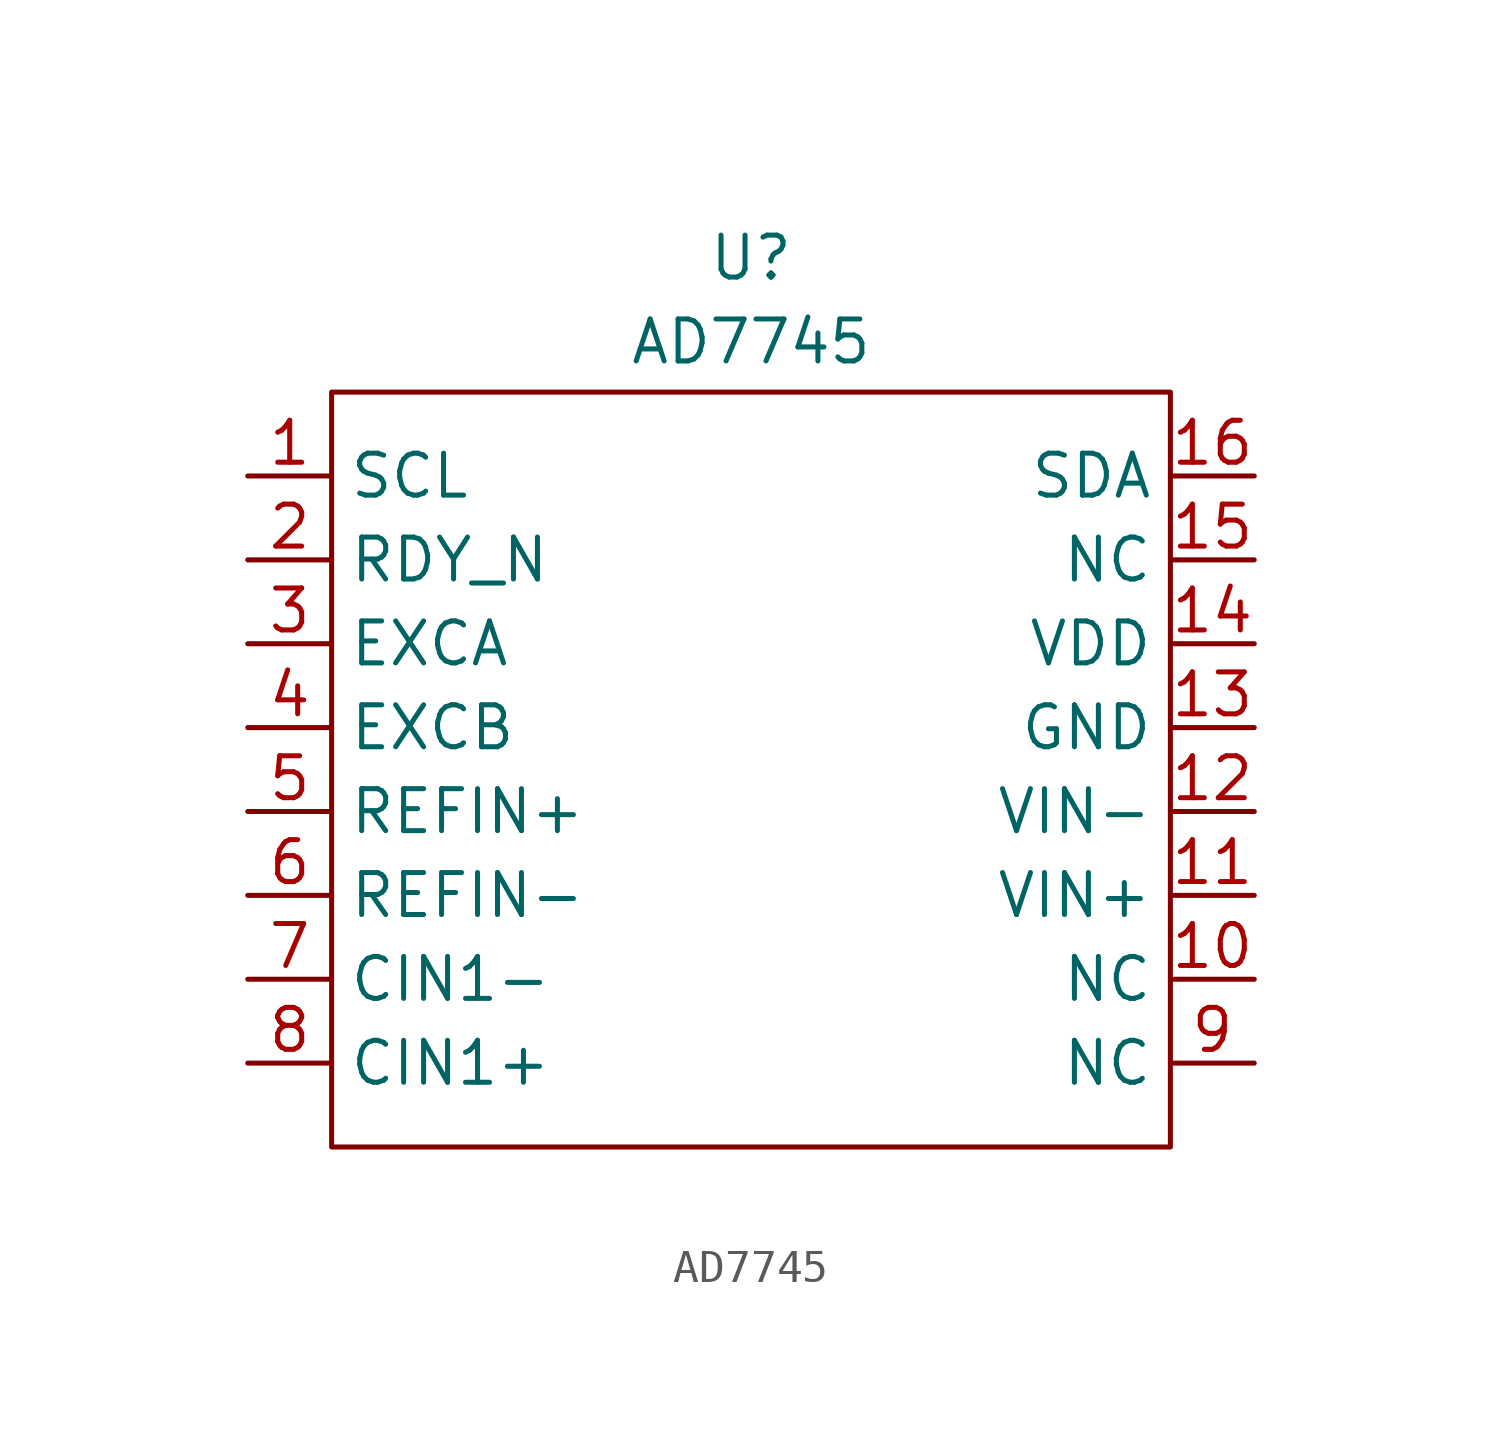
<source format=kicad_sym>
(kicad_symbol_lib
  (version 20241209)
  (generator "kicad_symbol_editor")
  (generator_version "9.0")
  (symbol "AD7745"
    (property "Reference" "U"
      (at 0 15.494 0)
      (effects (font (size 1.27 1.27))))
    (property "Value" "AD7745"
      (at 0 12.954 0)
      (effects (font (size 1.27 1.27))))
    (symbol "AD7745_0_1"
      (rectangle (start -12.7 11.43) (end 12.7 -11.43) (stroke (width 0) (type default)) (fill (type none))))
    (symbol "AD7745_1_1"
      (pin passive line (at -15.24 8.89 0) (length 2.54) (name "SCL" (effects (font (size 1.27 1.27)))) (number "1" (effects (font (size 1.27 1.27)))))
      (pin passive line (at -15.24 6.35 0) (length 2.54) (name "RDY_N" (effects (font (size 1.27 1.27)))) (number "2" (effects (font (size 1.27 1.27)))))
      (pin passive line (at -15.24 3.81 0) (length 2.54) (name "EXCA" (effects (font (size 1.27 1.27)))) (number "3" (effects (font (size 1.27 1.27)))))
      (pin passive line (at -15.24 1.27 0) (length 2.54) (name "EXCB" (effects (font (size 1.27 1.27)))) (number "4" (effects (font (size 1.27 1.27)))))
      (pin passive line (at -15.24 -1.27 0) (length 2.54) (name "REFIN+" (effects (font (size 1.27 1.27)))) (number "5" (effects (font (size 1.27 1.27)))))
      (pin passive line (at -15.24 -3.81 0) (length 2.54) (name "REFIN-" (effects (font (size 1.27 1.27)))) (number "6" (effects (font (size 1.27 1.27)))))
      (pin passive line (at -15.24 -6.35 0) (length 2.54) (name "CIN1-" (effects (font (size 1.27 1.27)))) (number "7" (effects (font (size 1.27 1.27)))))
      (pin passive line (at -15.24 -8.89 0) (length 2.54) (name "CIN1+" (effects (font (size 1.27 1.27)))) (number "8" (effects (font (size 1.27 1.27)))))
      (pin passive line (at 15.24 8.89 180) (length 2.54) (name "SDA" (effects (font (size 1.27 1.27)))) (number "16" (effects (font (size 1.27 1.27)))))
      (pin passive line (at 15.24 6.35 180) (length 2.54) (name "NC" (effects (font (size 1.27 1.27)))) (number "15" (effects (font (size 1.27 1.27)))))
      (pin passive line (at 15.24 3.81 180) (length 2.54) (name "VDD" (effects (font (size 1.27 1.27)))) (number "14" (effects (font (size 1.27 1.27)))))
      (pin passive line (at 15.24 1.27 180) (length 2.54) (name "GND" (effects (font (size 1.27 1.27)))) (number "13" (effects (font (size 1.27 1.27)))))
      (pin passive line (at 15.24 -1.27 180) (length 2.54) (name "VIN-" (effects (font (size 1.27 1.27)))) (number "12" (effects (font (size 1.27 1.27)))))
      (pin passive line (at 15.24 -3.81 180) (length 2.54) (name "VIN+" (effects (font (size 1.27 1.27)))) (number "11" (effects (font (size 1.27 1.27)))))
      (pin passive line (at 15.24 -6.35 180) (length 2.54) (name "NC" (effects (font (size 1.27 1.27)))) (number "10" (effects (font (size 1.27 1.27)))))
      (pin passive line (at 15.24 -8.89 180) (length 2.54) (name "NC" (effects (font (size 1.27 1.27)))) (number "9" (effects (font (size 1.27 1.27))))))))
</source>
